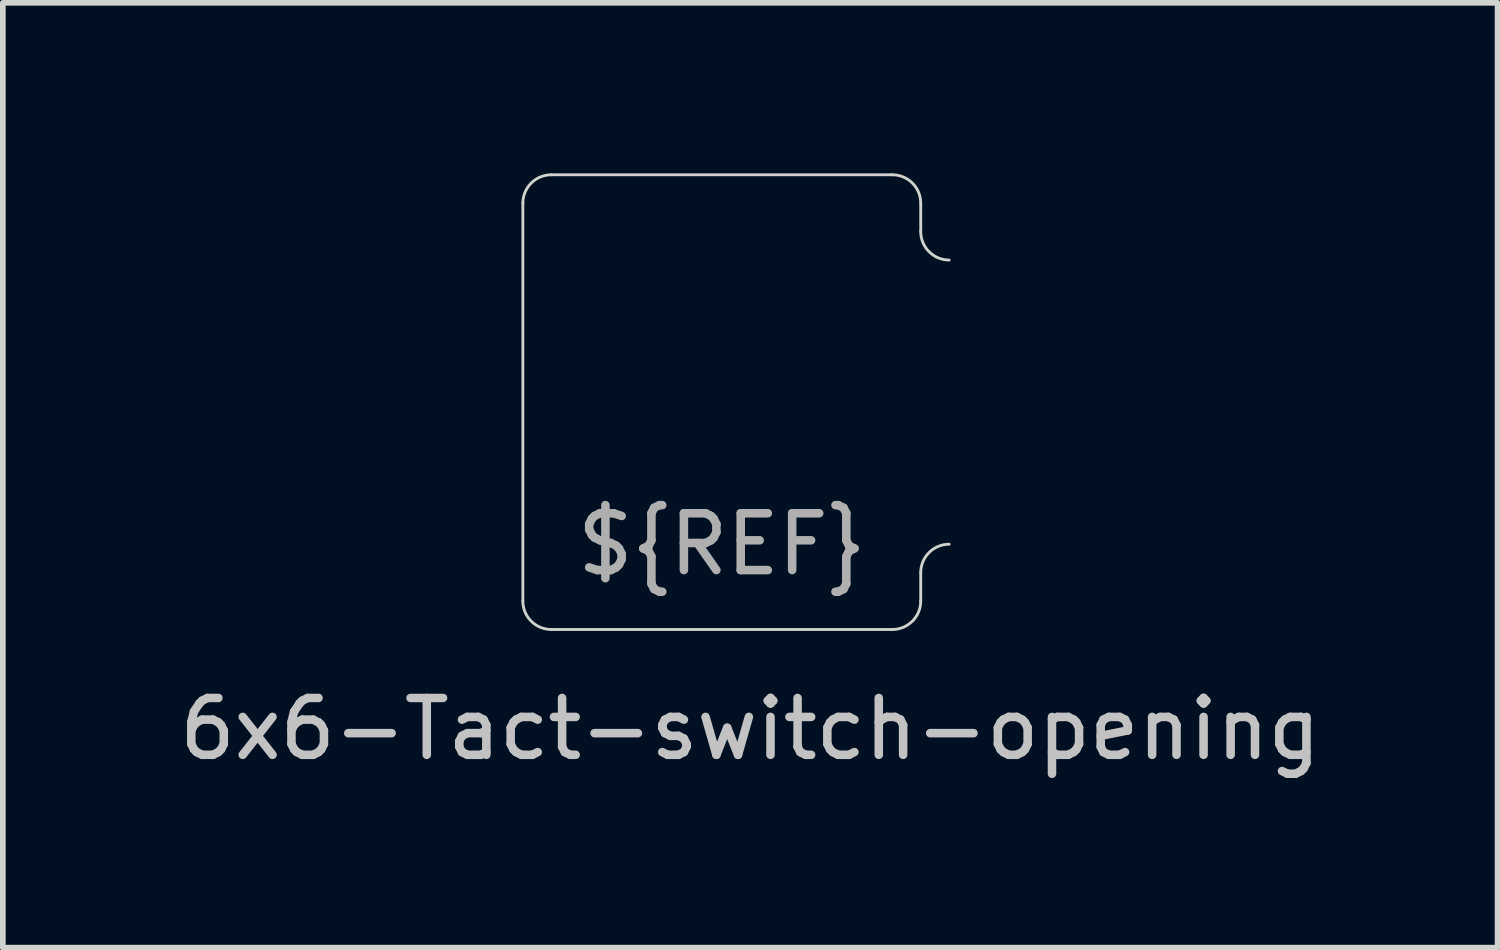
<source format=kicad_pcb>
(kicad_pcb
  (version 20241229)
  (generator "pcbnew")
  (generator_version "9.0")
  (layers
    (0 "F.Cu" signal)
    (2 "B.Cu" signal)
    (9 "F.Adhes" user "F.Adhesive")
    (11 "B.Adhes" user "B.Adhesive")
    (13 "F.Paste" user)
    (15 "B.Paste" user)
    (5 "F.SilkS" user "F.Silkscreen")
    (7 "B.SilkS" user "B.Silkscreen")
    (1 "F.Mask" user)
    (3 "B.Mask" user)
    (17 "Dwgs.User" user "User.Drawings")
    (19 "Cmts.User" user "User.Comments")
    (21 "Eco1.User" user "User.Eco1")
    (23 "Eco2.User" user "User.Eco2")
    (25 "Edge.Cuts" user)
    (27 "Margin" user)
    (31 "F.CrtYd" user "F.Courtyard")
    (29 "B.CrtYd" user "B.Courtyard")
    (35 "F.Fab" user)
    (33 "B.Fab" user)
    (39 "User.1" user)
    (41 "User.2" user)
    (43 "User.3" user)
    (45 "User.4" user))
  (footprint "6x6-Tact-switch-opening"
    (layer "F.Cu")
    (at 9.649 4.025)
    (property "Reference" "6x6-Tact-switch-opening" (at 0.5 5.75 0) (unlocked yes) (layer "Dwgs.User") (effects (font (size 1 1) (thickness 0.15))))
    (fp_line (start -3.5 -3.5) (end -3.5 3.5) (stroke (width 0.05) (type solid)) (layer "Edge.Cuts"))
    (fp_line (start 3 -4) (end -3 -4) (stroke (width 0.05) (type solid)) (layer "Edge.Cuts"))
    (fp_line (start 3 4) (end -3 4) (stroke (width 0.05) (type solid)) (layer "Edge.Cuts"))
    (fp_line (start 3.5 -3.5) (end 3.5 -3) (stroke (width 0.05) (type solid)) (layer "Edge.Cuts"))
    (fp_line (start 3.5 3.5) (end 3.5 3) (stroke (width 0.05) (type solid)) (layer "Edge.Cuts"))
    (fp_arc (start -3.5 -3.5) (mid -3.353553 -3.853553) (end -3 -4) (stroke (width 0.05) (type solid)) (layer "Edge.Cuts"))
    (fp_arc (start -3 4) (mid -3.353553 3.853553) (end -3.5 3.5) (stroke (width 0.05) (type solid)) (layer "Edge.Cuts"))
    (fp_arc (start 3 -4) (mid 3.353552 -3.853554) (end 3.499998 -3.500002) (stroke (width 0.05) (type solid)) (layer "Edge.Cuts"))
    (fp_arc (start 3.5 3) (mid 3.646447 2.646447) (end 4 2.5) (stroke (width 0.05) (type solid)) (layer "Edge.Cuts"))
    (fp_arc (start 3.5 3.5) (mid 3.353554 3.853552) (end 3.000002 3.999998) (stroke (width 0.05) (type solid)) (layer "Edge.Cuts"))
    (fp_arc (start 4 -2.5) (mid 3.646447 -2.646447) (end 3.5 -3) (stroke (width 0.05) (type solid)) (layer "Edge.Cuts"))
    (fp_line (start 3.5 -3.5) (end 3.5 3.5) (stroke (width 0.05) (type solid)) (layer "User.2"))
    (fp_text user "${REF}" (at 0 2.5 0) (unlocked yes) (layer "F.Fab") (effects (font (size 1 1) (thickness 0.15)))))
  (gr_rect
    (start -3 -3)
    (end 23.298 13.623)
    (stroke (width 0.1) (type default))
    (fill no)
    (layer "Edge.Cuts")))
</source>
